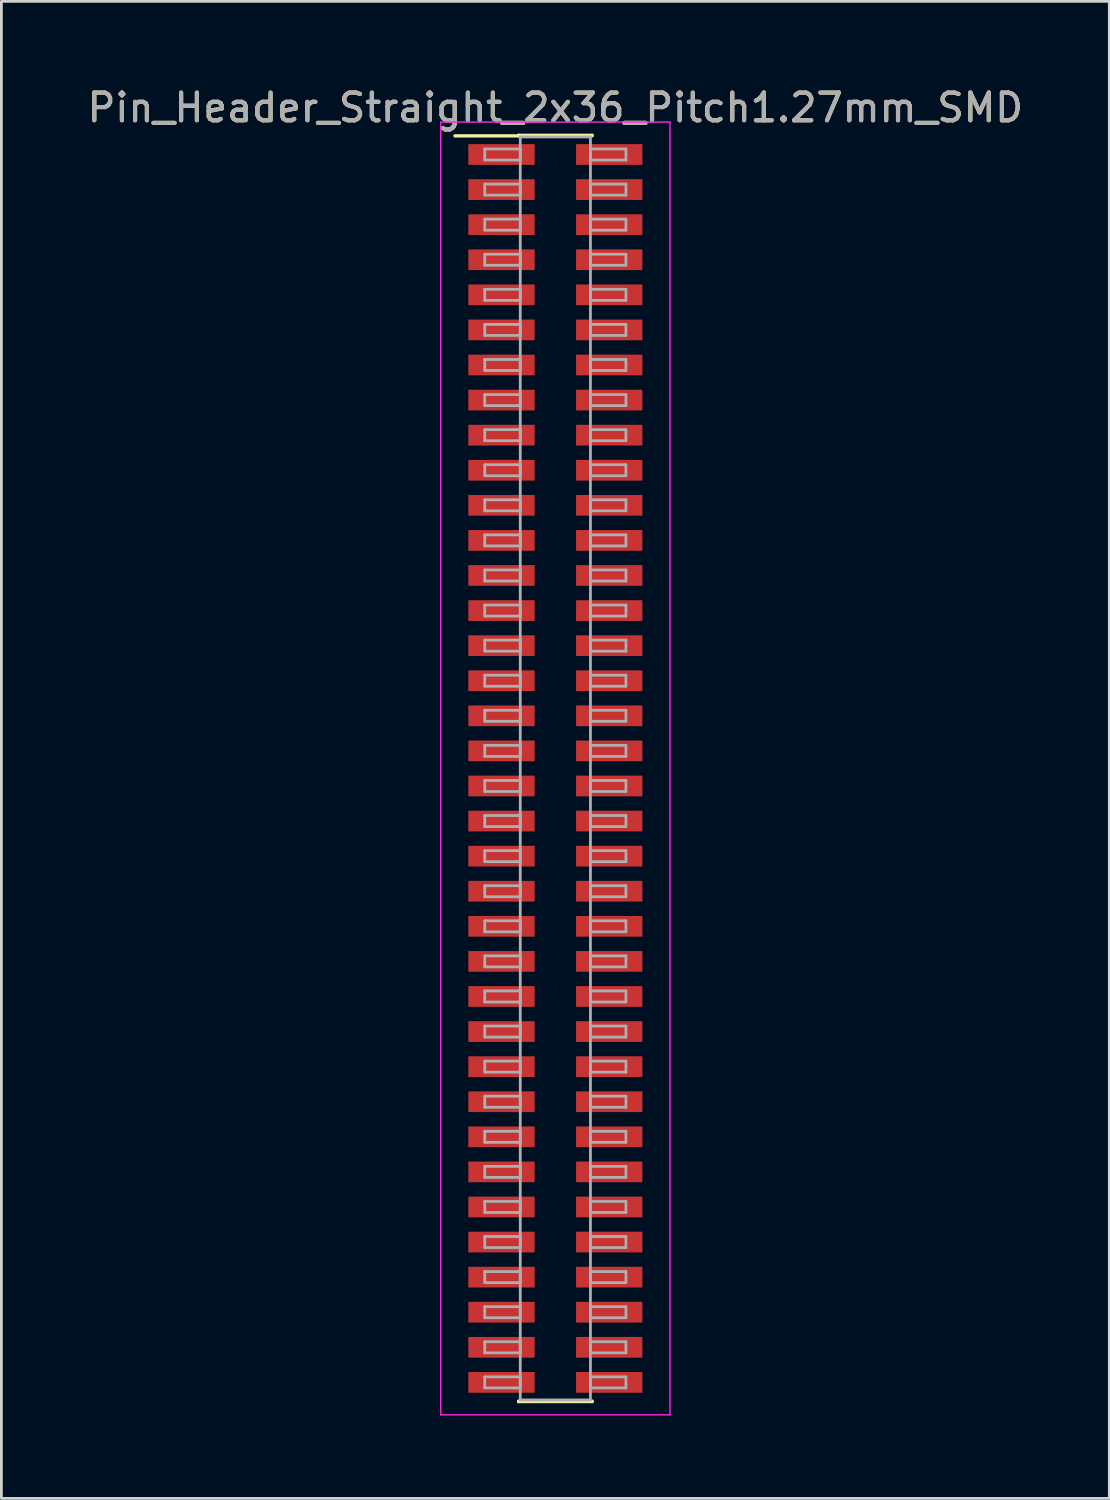
<source format=kicad_pcb>
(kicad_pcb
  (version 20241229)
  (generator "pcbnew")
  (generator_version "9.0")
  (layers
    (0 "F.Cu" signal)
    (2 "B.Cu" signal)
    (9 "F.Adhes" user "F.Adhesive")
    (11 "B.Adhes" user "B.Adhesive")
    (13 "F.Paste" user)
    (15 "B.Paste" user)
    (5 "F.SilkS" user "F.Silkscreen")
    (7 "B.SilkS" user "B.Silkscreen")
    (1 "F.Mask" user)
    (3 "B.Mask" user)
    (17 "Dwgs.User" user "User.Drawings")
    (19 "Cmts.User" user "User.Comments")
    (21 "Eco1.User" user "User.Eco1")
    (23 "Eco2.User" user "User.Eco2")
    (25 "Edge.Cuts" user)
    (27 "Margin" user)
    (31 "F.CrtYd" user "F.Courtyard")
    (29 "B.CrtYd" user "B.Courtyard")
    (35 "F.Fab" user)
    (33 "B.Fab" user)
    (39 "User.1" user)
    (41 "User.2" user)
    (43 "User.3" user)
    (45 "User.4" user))
  (footprint "Pin_Header_Straight_2x36_Pitch1.27mm_SMD"
    (layer "F.Cu")
    (at 17.054 24.768)
    (property "Reference" "Pin_Header_Straight_2x36_Pitch1.27mm_SMD" (at 0 -23.92 0) (layer "F.SilkS") (effects (font (size 1 1) (thickness 0.15))))
    (attr smd)
    (fp_line (start -3.635 -22.9) (end -1.33 -22.9) (stroke (width 0.12) (type solid)) (layer "F.SilkS"))
    (fp_line (start -1.33 -22.92) (end 1.33 -22.92) (stroke (width 0.12) (type solid)) (layer "F.SilkS"))
    (fp_line (start -1.33 -22.9) (end -1.33 -22.92) (stroke (width 0.12) (type solid)) (layer "F.SilkS"))
    (fp_line (start -1.33 22.9) (end -1.33 22.92) (stroke (width 0.12) (type solid)) (layer "F.SilkS"))
    (fp_line (start -1.33 22.92) (end 1.33 22.92) (stroke (width 0.12) (type solid)) (layer "F.SilkS"))
    (fp_line (start 1.33 -22.92) (end 1.33 -22.9) (stroke (width 0.12) (type solid)) (layer "F.SilkS"))
    (fp_line (start 1.33 22.92) (end 1.33 22.9) (stroke (width 0.12) (type solid)) (layer "F.SilkS"))
    (fp_line (start -4.15 -23.4) (end -4.15 23.4) (stroke (width 0.05) (type solid)) (layer "F.CrtYd"))
    (fp_line (start -4.15 23.4) (end 4.15 23.4) (stroke (width 0.05) (type solid)) (layer "F.CrtYd"))
    (fp_line (start 4.15 -23.4) (end -4.15 -23.4) (stroke (width 0.05) (type solid)) (layer "F.CrtYd"))
    (fp_line (start 4.15 23.4) (end 4.15 -23.4) (stroke (width 0.05) (type solid)) (layer "F.CrtYd"))
    (fp_line (start -2.555 -22.425) (end -1.27 -22.425) (stroke (width 0.1) (type solid)) (layer "F.Fab"))
    (fp_line (start -2.555 -22.025) (end -2.555 -22.425) (stroke (width 0.1) (type solid)) (layer "F.Fab"))
    (fp_line (start -2.555 -21.155) (end -1.27 -21.155) (stroke (width 0.1) (type solid)) (layer "F.Fab"))
    (fp_line (start -2.555 -20.755) (end -2.555 -21.155) (stroke (width 0.1) (type solid)) (layer "F.Fab"))
    (fp_line (start -2.555 -19.885) (end -1.27 -19.885) (stroke (width 0.1) (type solid)) (layer "F.Fab"))
    (fp_line (start -2.555 -19.485) (end -2.555 -19.885) (stroke (width 0.1) (type solid)) (layer "F.Fab"))
    (fp_line (start -2.555 -18.615) (end -1.27 -18.615) (stroke (width 0.1) (type solid)) (layer "F.Fab"))
    (fp_line (start -2.555 -18.215) (end -2.555 -18.615) (stroke (width 0.1) (type solid)) (layer "F.Fab"))
    (fp_line (start -2.555 -17.345) (end -1.27 -17.345) (stroke (width 0.1) (type solid)) (layer "F.Fab"))
    (fp_line (start -2.555 -16.945) (end -2.555 -17.345) (stroke (width 0.1) (type solid)) (layer "F.Fab"))
    (fp_line (start -2.555 -16.075) (end -1.27 -16.075) (stroke (width 0.1) (type solid)) (layer "F.Fab"))
    (fp_line (start -2.555 -15.675) (end -2.555 -16.075) (stroke (width 0.1) (type solid)) (layer "F.Fab"))
    (fp_line (start -2.555 -14.805) (end -1.27 -14.805) (stroke (width 0.1) (type solid)) (layer "F.Fab"))
    (fp_line (start -2.555 -14.405) (end -2.555 -14.805) (stroke (width 0.1) (type solid)) (layer "F.Fab"))
    (fp_line (start -2.555 -13.535) (end -1.27 -13.535) (stroke (width 0.1) (type solid)) (layer "F.Fab"))
    (fp_line (start -2.555 -13.135) (end -2.555 -13.535) (stroke (width 0.1) (type solid)) (layer "F.Fab"))
    (fp_line (start -2.555 -12.265) (end -1.27 -12.265) (stroke (width 0.1) (type solid)) (layer "F.Fab"))
    (fp_line (start -2.555 -11.865) (end -2.555 -12.265) (stroke (width 0.1) (type solid)) (layer "F.Fab"))
    (fp_line (start -2.555 -10.995) (end -1.27 -10.995) (stroke (width 0.1) (type solid)) (layer "F.Fab"))
    (fp_line (start -2.555 -10.595) (end -2.555 -10.995) (stroke (width 0.1) (type solid)) (layer "F.Fab"))
    (fp_line (start -2.555 -9.725) (end -1.27 -9.725) (stroke (width 0.1) (type solid)) (layer "F.Fab"))
    (fp_line (start -2.555 -9.325) (end -2.555 -9.725) (stroke (width 0.1) (type solid)) (layer "F.Fab"))
    (fp_line (start -2.555 -8.455) (end -1.27 -8.455) (stroke (width 0.1) (type solid)) (layer "F.Fab"))
    (fp_line (start -2.555 -8.055) (end -2.555 -8.455) (stroke (width 0.1) (type solid)) (layer "F.Fab"))
    (fp_line (start -2.555 -7.185) (end -1.27 -7.185) (stroke (width 0.1) (type solid)) (layer "F.Fab"))
    (fp_line (start -2.555 -6.785) (end -2.555 -7.185) (stroke (width 0.1) (type solid)) (layer "F.Fab"))
    (fp_line (start -2.555 -5.915) (end -1.27 -5.915) (stroke (width 0.1) (type solid)) (layer "F.Fab"))
    (fp_line (start -2.555 -5.515) (end -2.555 -5.915) (stroke (width 0.1) (type solid)) (layer "F.Fab"))
    (fp_line (start -2.555 -4.645) (end -1.27 -4.645) (stroke (width 0.1) (type solid)) (layer "F.Fab"))
    (fp_line (start -2.555 -4.245) (end -2.555 -4.645) (stroke (width 0.1) (type solid)) (layer "F.Fab"))
    (fp_line (start -2.555 -3.375) (end -1.27 -3.375) (stroke (width 0.1) (type solid)) (layer "F.Fab"))
    (fp_line (start -2.555 -2.975) (end -2.555 -3.375) (stroke (width 0.1) (type solid)) (layer "F.Fab"))
    (fp_line (start -2.555 -2.105) (end -1.27 -2.105) (stroke (width 0.1) (type solid)) (layer "F.Fab"))
    (fp_line (start -2.555 -1.705) (end -2.555 -2.105) (stroke (width 0.1) (type solid)) (layer "F.Fab"))
    (fp_line (start -2.555 -0.835) (end -1.27 -0.835) (stroke (width 0.1) (type solid)) (layer "F.Fab"))
    (fp_line (start -2.555 -0.435) (end -2.555 -0.835) (stroke (width 0.1) (type solid)) (layer "F.Fab"))
    (fp_line (start -2.555 0.435) (end -1.27 0.435) (stroke (width 0.1) (type solid)) (layer "F.Fab"))
    (fp_line (start -2.555 0.835) (end -2.555 0.435) (stroke (width 0.1) (type solid)) (layer "F.Fab"))
    (fp_line (start -2.555 1.705) (end -1.27 1.705) (stroke (width 0.1) (type solid)) (layer "F.Fab"))
    (fp_line (start -2.555 2.105) (end -2.555 1.705) (stroke (width 0.1) (type solid)) (layer "F.Fab"))
    (fp_line (start -2.555 2.975) (end -1.27 2.975) (stroke (width 0.1) (type solid)) (layer "F.Fab"))
    (fp_line (start -2.555 3.375) (end -2.555 2.975) (stroke (width 0.1) (type solid)) (layer "F.Fab"))
    (fp_line (start -2.555 4.245) (end -1.27 4.245) (stroke (width 0.1) (type solid)) (layer "F.Fab"))
    (fp_line (start -2.555 4.645) (end -2.555 4.245) (stroke (width 0.1) (type solid)) (layer "F.Fab"))
    (fp_line (start -2.555 5.515) (end -1.27 5.515) (stroke (width 0.1) (type solid)) (layer "F.Fab"))
    (fp_line (start -2.555 5.915) (end -2.555 5.515) (stroke (width 0.1) (type solid)) (layer "F.Fab"))
    (fp_line (start -2.555 6.785) (end -1.27 6.785) (stroke (width 0.1) (type solid)) (layer "F.Fab"))
    (fp_line (start -2.555 7.185) (end -2.555 6.785) (stroke (width 0.1) (type solid)) (layer "F.Fab"))
    (fp_line (start -2.555 8.055) (end -1.27 8.055) (stroke (width 0.1) (type solid)) (layer "F.Fab"))
    (fp_line (start -2.555 8.455) (end -2.555 8.055) (stroke (width 0.1) (type solid)) (layer "F.Fab"))
    (fp_line (start -2.555 9.325) (end -1.27 9.325) (stroke (width 0.1) (type solid)) (layer "F.Fab"))
    (fp_line (start -2.555 9.725) (end -2.555 9.325) (stroke (width 0.1) (type solid)) (layer "F.Fab"))
    (fp_line (start -2.555 10.595) (end -1.27 10.595) (stroke (width 0.1) (type solid)) (layer "F.Fab"))
    (fp_line (start -2.555 10.995) (end -2.555 10.595) (stroke (width 0.1) (type solid)) (layer "F.Fab"))
    (fp_line (start -2.555 11.865) (end -1.27 11.865) (stroke (width 0.1) (type solid)) (layer "F.Fab"))
    (fp_line (start -2.555 12.265) (end -2.555 11.865) (stroke (width 0.1) (type solid)) (layer "F.Fab"))
    (fp_line (start -2.555 13.135) (end -1.27 13.135) (stroke (width 0.1) (type solid)) (layer "F.Fab"))
    (fp_line (start -2.555 13.535) (end -2.555 13.135) (stroke (width 0.1) (type solid)) (layer "F.Fab"))
    (fp_line (start -2.555 14.405) (end -1.27 14.405) (stroke (width 0.1) (type solid)) (layer "F.Fab"))
    (fp_line (start -2.555 14.805) (end -2.555 14.405) (stroke (width 0.1) (type solid)) (layer "F.Fab"))
    (fp_line (start -2.555 15.675) (end -1.27 15.675) (stroke (width 0.1) (type solid)) (layer "F.Fab"))
    (fp_line (start -2.555 16.075) (end -2.555 15.675) (stroke (width 0.1) (type solid)) (layer "F.Fab"))
    (fp_line (start -2.555 16.945) (end -1.27 16.945) (stroke (width 0.1) (type solid)) (layer "F.Fab"))
    (fp_line (start -2.555 17.345) (end -2.555 16.945) (stroke (width 0.1) (type solid)) (layer "F.Fab"))
    (fp_line (start -2.555 18.215) (end -1.27 18.215) (stroke (width 0.1) (type solid)) (layer "F.Fab"))
    (fp_line (start -2.555 18.615) (end -2.555 18.215) (stroke (width 0.1) (type solid)) (layer "F.Fab"))
    (fp_line (start -2.555 19.485) (end -1.27 19.485) (stroke (width 0.1) (type solid)) (layer "F.Fab"))
    (fp_line (start -2.555 19.885) (end -2.555 19.485) (stroke (width 0.1) (type solid)) (layer "F.Fab"))
    (fp_line (start -2.555 20.755) (end -1.27 20.755) (stroke (width 0.1) (type solid)) (layer "F.Fab"))
    (fp_line (start -2.555 21.155) (end -2.555 20.755) (stroke (width 0.1) (type solid)) (layer "F.Fab"))
    (fp_line (start -2.555 22.025) (end -1.27 22.025) (stroke (width 0.1) (type solid)) (layer "F.Fab"))
    (fp_line (start -2.555 22.425) (end -2.555 22.025) (stroke (width 0.1) (type solid)) (layer "F.Fab"))
    (fp_line (start -1.27 -22.86) (end -1.27 22.86) (stroke (width 0.1) (type solid)) (layer "F.Fab"))
    (fp_line (start -1.27 -22.425) (end -1.27 -22.025) (stroke (width 0.1) (type solid)) (layer "F.Fab"))
    (fp_line (start -1.27 -22.025) (end -2.555 -22.025) (stroke (width 0.1) (type solid)) (layer "F.Fab"))
    (fp_line (start -1.27 -21.155) (end -1.27 -20.755) (stroke (width 0.1) (type solid)) (layer "F.Fab"))
    (fp_line (start -1.27 -20.755) (end -2.555 -20.755) (stroke (width 0.1) (type solid)) (layer "F.Fab"))
    (fp_line (start -1.27 -19.885) (end -1.27 -19.485) (stroke (width 0.1) (type solid)) (layer "F.Fab"))
    (fp_line (start -1.27 -19.485) (end -2.555 -19.485) (stroke (width 0.1) (type solid)) (layer "F.Fab"))
    (fp_line (start -1.27 -18.615) (end -1.27 -18.215) (stroke (width 0.1) (type solid)) (layer "F.Fab"))
    (fp_line (start -1.27 -18.215) (end -2.555 -18.215) (stroke (width 0.1) (type solid)) (layer "F.Fab"))
    (fp_line (start -1.27 -17.345) (end -1.27 -16.945) (stroke (width 0.1) (type solid)) (layer "F.Fab"))
    (fp_line (start -1.27 -16.945) (end -2.555 -16.945) (stroke (width 0.1) (type solid)) (layer "F.Fab"))
    (fp_line (start -1.27 -16.075) (end -1.27 -15.675) (stroke (width 0.1) (type solid)) (layer "F.Fab"))
    (fp_line (start -1.27 -15.675) (end -2.555 -15.675) (stroke (width 0.1) (type solid)) (layer "F.Fab"))
    (fp_line (start -1.27 -14.805) (end -1.27 -14.405) (stroke (width 0.1) (type solid)) (layer "F.Fab"))
    (fp_line (start -1.27 -14.405) (end -2.555 -14.405) (stroke (width 0.1) (type solid)) (layer "F.Fab"))
    (fp_line (start -1.27 -13.535) (end -1.27 -13.135) (stroke (width 0.1) (type solid)) (layer "F.Fab"))
    (fp_line (start -1.27 -13.135) (end -2.555 -13.135) (stroke (width 0.1) (type solid)) (layer "F.Fab"))
    (fp_line (start -1.27 -12.265) (end -1.27 -11.865) (stroke (width 0.1) (type solid)) (layer "F.Fab"))
    (fp_line (start -1.27 -11.865) (end -2.555 -11.865) (stroke (width 0.1) (type solid)) (layer "F.Fab"))
    (fp_line (start -1.27 -10.995) (end -1.27 -10.595) (stroke (width 0.1) (type solid)) (layer "F.Fab"))
    (fp_line (start -1.27 -10.595) (end -2.555 -10.595) (stroke (width 0.1) (type solid)) (layer "F.Fab"))
    (fp_line (start -1.27 -9.725) (end -1.27 -9.325) (stroke (width 0.1) (type solid)) (layer "F.Fab"))
    (fp_line (start -1.27 -9.325) (end -2.555 -9.325) (stroke (width 0.1) (type solid)) (layer "F.Fab"))
    (fp_line (start -1.27 -8.455) (end -1.27 -8.055) (stroke (width 0.1) (type solid)) (layer "F.Fab"))
    (fp_line (start -1.27 -8.055) (end -2.555 -8.055) (stroke (width 0.1) (type solid)) (layer "F.Fab"))
    (fp_line (start -1.27 -7.185) (end -1.27 -6.785) (stroke (width 0.1) (type solid)) (layer "F.Fab"))
    (fp_line (start -1.27 -6.785) (end -2.555 -6.785) (stroke (width 0.1) (type solid)) (layer "F.Fab"))
    (fp_line (start -1.27 -5.915) (end -1.27 -5.515) (stroke (width 0.1) (type solid)) (layer "F.Fab"))
    (fp_line (start -1.27 -5.515) (end -2.555 -5.515) (stroke (width 0.1) (type solid)) (layer "F.Fab"))
    (fp_line (start -1.27 -4.645) (end -1.27 -4.245) (stroke (width 0.1) (type solid)) (layer "F.Fab"))
    (fp_line (start -1.27 -4.245) (end -2.555 -4.245) (stroke (width 0.1) (type solid)) (layer "F.Fab"))
    (fp_line (start -1.27 -3.375) (end -1.27 -2.975) (stroke (width 0.1) (type solid)) (layer "F.Fab"))
    (fp_line (start -1.27 -2.975) (end -2.555 -2.975) (stroke (width 0.1) (type solid)) (layer "F.Fab"))
    (fp_line (start -1.27 -2.105) (end -1.27 -1.705) (stroke (width 0.1) (type solid)) (layer "F.Fab"))
    (fp_line (start -1.27 -1.705) (end -2.555 -1.705) (stroke (width 0.1) (type solid)) (layer "F.Fab"))
    (fp_line (start -1.27 -0.835) (end -1.27 -0.435) (stroke (width 0.1) (type solid)) (layer "F.Fab"))
    (fp_line (start -1.27 -0.435) (end -2.555 -0.435) (stroke (width 0.1) (type solid)) (layer "F.Fab"))
    (fp_line (start -1.27 0.435) (end -1.27 0.835) (stroke (width 0.1) (type solid)) (layer "F.Fab"))
    (fp_line (start -1.27 0.835) (end -2.555 0.835) (stroke (width 0.1) (type solid)) (layer "F.Fab"))
    (fp_line (start -1.27 1.705) (end -1.27 2.105) (stroke (width 0.1) (type solid)) (layer "F.Fab"))
    (fp_line (start -1.27 2.105) (end -2.555 2.105) (stroke (width 0.1) (type solid)) (layer "F.Fab"))
    (fp_line (start -1.27 2.975) (end -1.27 3.375) (stroke (width 0.1) (type solid)) (layer "F.Fab"))
    (fp_line (start -1.27 3.375) (end -2.555 3.375) (stroke (width 0.1) (type solid)) (layer "F.Fab"))
    (fp_line (start -1.27 4.245) (end -1.27 4.645) (stroke (width 0.1) (type solid)) (layer "F.Fab"))
    (fp_line (start -1.27 4.645) (end -2.555 4.645) (stroke (width 0.1) (type solid)) (layer "F.Fab"))
    (fp_line (start -1.27 5.515) (end -1.27 5.915) (stroke (width 0.1) (type solid)) (layer "F.Fab"))
    (fp_line (start -1.27 5.915) (end -2.555 5.915) (stroke (width 0.1) (type solid)) (layer "F.Fab"))
    (fp_line (start -1.27 6.785) (end -1.27 7.185) (stroke (width 0.1) (type solid)) (layer "F.Fab"))
    (fp_line (start -1.27 7.185) (end -2.555 7.185) (stroke (width 0.1) (type solid)) (layer "F.Fab"))
    (fp_line (start -1.27 8.055) (end -1.27 8.455) (stroke (width 0.1) (type solid)) (layer "F.Fab"))
    (fp_line (start -1.27 8.455) (end -2.555 8.455) (stroke (width 0.1) (type solid)) (layer "F.Fab"))
    (fp_line (start -1.27 9.325) (end -1.27 9.725) (stroke (width 0.1) (type solid)) (layer "F.Fab"))
    (fp_line (start -1.27 9.725) (end -2.555 9.725) (stroke (width 0.1) (type solid)) (layer "F.Fab"))
    (fp_line (start -1.27 10.595) (end -1.27 10.995) (stroke (width 0.1) (type solid)) (layer "F.Fab"))
    (fp_line (start -1.27 10.995) (end -2.555 10.995) (stroke (width 0.1) (type solid)) (layer "F.Fab"))
    (fp_line (start -1.27 11.865) (end -1.27 12.265) (stroke (width 0.1) (type solid)) (layer "F.Fab"))
    (fp_line (start -1.27 12.265) (end -2.555 12.265) (stroke (width 0.1) (type solid)) (layer "F.Fab"))
    (fp_line (start -1.27 13.135) (end -1.27 13.535) (stroke (width 0.1) (type solid)) (layer "F.Fab"))
    (fp_line (start -1.27 13.535) (end -2.555 13.535) (stroke (width 0.1) (type solid)) (layer "F.Fab"))
    (fp_line (start -1.27 14.405) (end -1.27 14.805) (stroke (width 0.1) (type solid)) (layer "F.Fab"))
    (fp_line (start -1.27 14.805) (end -2.555 14.805) (stroke (width 0.1) (type solid)) (layer "F.Fab"))
    (fp_line (start -1.27 15.675) (end -1.27 16.075) (stroke (width 0.1) (type solid)) (layer "F.Fab"))
    (fp_line (start -1.27 16.075) (end -2.555 16.075) (stroke (width 0.1) (type solid)) (layer "F.Fab"))
    (fp_line (start -1.27 16.945) (end -1.27 17.345) (stroke (width 0.1) (type solid)) (layer "F.Fab"))
    (fp_line (start -1.27 17.345) (end -2.555 17.345) (stroke (width 0.1) (type solid)) (layer "F.Fab"))
    (fp_line (start -1.27 18.215) (end -1.27 18.615) (stroke (width 0.1) (type solid)) (layer "F.Fab"))
    (fp_line (start -1.27 18.615) (end -2.555 18.615) (stroke (width 0.1) (type solid)) (layer "F.Fab"))
    (fp_line (start -1.27 19.485) (end -1.27 19.885) (stroke (width 0.1) (type solid)) (layer "F.Fab"))
    (fp_line (start -1.27 19.885) (end -2.555 19.885) (stroke (width 0.1) (type solid)) (layer "F.Fab"))
    (fp_line (start -1.27 20.755) (end -1.27 21.155) (stroke (width 0.1) (type solid)) (layer "F.Fab"))
    (fp_line (start -1.27 21.155) (end -2.555 21.155) (stroke (width 0.1) (type solid)) (layer "F.Fab"))
    (fp_line (start -1.27 22.025) (end -1.27 22.425) (stroke (width 0.1) (type solid)) (layer "F.Fab"))
    (fp_line (start -1.27 22.425) (end -2.555 22.425) (stroke (width 0.1) (type solid)) (layer "F.Fab"))
    (fp_line (start -1.27 22.86) (end 1.27 22.86) (stroke (width 0.1) (type solid)) (layer "F.Fab"))
    (fp_line (start 1.27 -22.86) (end -1.27 -22.86) (stroke (width 0.1) (type solid)) (layer "F.Fab"))
    (fp_line (start 1.27 -22.425) (end 1.27 -22.025) (stroke (width 0.1) (type solid)) (layer "F.Fab"))
    (fp_line (start 1.27 -22.025) (end 2.555 -22.025) (stroke (width 0.1) (type solid)) (layer "F.Fab"))
    (fp_line (start 1.27 -21.155) (end 1.27 -20.755) (stroke (width 0.1) (type solid)) (layer "F.Fab"))
    (fp_line (start 1.27 -20.755) (end 2.555 -20.755) (stroke (width 0.1) (type solid)) (layer "F.Fab"))
    (fp_line (start 1.27 -19.885) (end 1.27 -19.485) (stroke (width 0.1) (type solid)) (layer "F.Fab"))
    (fp_line (start 1.27 -19.485) (end 2.555 -19.485) (stroke (width 0.1) (type solid)) (layer "F.Fab"))
    (fp_line (start 1.27 -18.615) (end 1.27 -18.215) (stroke (width 0.1) (type solid)) (layer "F.Fab"))
    (fp_line (start 1.27 -18.215) (end 2.555 -18.215) (stroke (width 0.1) (type solid)) (layer "F.Fab"))
    (fp_line (start 1.27 -17.345) (end 1.27 -16.945) (stroke (width 0.1) (type solid)) (layer "F.Fab"))
    (fp_line (start 1.27 -16.945) (end 2.555 -16.945) (stroke (width 0.1) (type solid)) (layer "F.Fab"))
    (fp_line (start 1.27 -16.075) (end 1.27 -15.675) (stroke (width 0.1) (type solid)) (layer "F.Fab"))
    (fp_line (start 1.27 -15.675) (end 2.555 -15.675) (stroke (width 0.1) (type solid)) (layer "F.Fab"))
    (fp_line (start 1.27 -14.805) (end 1.27 -14.405) (stroke (width 0.1) (type solid)) (layer "F.Fab"))
    (fp_line (start 1.27 -14.405) (end 2.555 -14.405) (stroke (width 0.1) (type solid)) (layer "F.Fab"))
    (fp_line (start 1.27 -13.535) (end 1.27 -13.135) (stroke (width 0.1) (type solid)) (layer "F.Fab"))
    (fp_line (start 1.27 -13.135) (end 2.555 -13.135) (stroke (width 0.1) (type solid)) (layer "F.Fab"))
    (fp_line (start 1.27 -12.265) (end 1.27 -11.865) (stroke (width 0.1) (type solid)) (layer "F.Fab"))
    (fp_line (start 1.27 -11.865) (end 2.555 -11.865) (stroke (width 0.1) (type solid)) (layer "F.Fab"))
    (fp_line (start 1.27 -10.995) (end 1.27 -10.595) (stroke (width 0.1) (type solid)) (layer "F.Fab"))
    (fp_line (start 1.27 -10.595) (end 2.555 -10.595) (stroke (width 0.1) (type solid)) (layer "F.Fab"))
    (fp_line (start 1.27 -9.725) (end 1.27 -9.325) (stroke (width 0.1) (type solid)) (layer "F.Fab"))
    (fp_line (start 1.27 -9.325) (end 2.555 -9.325) (stroke (width 0.1) (type solid)) (layer "F.Fab"))
    (fp_line (start 1.27 -8.455) (end 1.27 -8.055) (stroke (width 0.1) (type solid)) (layer "F.Fab"))
    (fp_line (start 1.27 -8.055) (end 2.555 -8.055) (stroke (width 0.1) (type solid)) (layer "F.Fab"))
    (fp_line (start 1.27 -7.185) (end 1.27 -6.785) (stroke (width 0.1) (type solid)) (layer "F.Fab"))
    (fp_line (start 1.27 -6.785) (end 2.555 -6.785) (stroke (width 0.1) (type solid)) (layer "F.Fab"))
    (fp_line (start 1.27 -5.915) (end 1.27 -5.515) (stroke (width 0.1) (type solid)) (layer "F.Fab"))
    (fp_line (start 1.27 -5.515) (end 2.555 -5.515) (stroke (width 0.1) (type solid)) (layer "F.Fab"))
    (fp_line (start 1.27 -4.645) (end 1.27 -4.245) (stroke (width 0.1) (type solid)) (layer "F.Fab"))
    (fp_line (start 1.27 -4.245) (end 2.555 -4.245) (stroke (width 0.1) (type solid)) (layer "F.Fab"))
    (fp_line (start 1.27 -3.375) (end 1.27 -2.975) (stroke (width 0.1) (type solid)) (layer "F.Fab"))
    (fp_line (start 1.27 -2.975) (end 2.555 -2.975) (stroke (width 0.1) (type solid)) (layer "F.Fab"))
    (fp_line (start 1.27 -2.105) (end 1.27 -1.705) (stroke (width 0.1) (type solid)) (layer "F.Fab"))
    (fp_line (start 1.27 -1.705) (end 2.555 -1.705) (stroke (width 0.1) (type solid)) (layer "F.Fab"))
    (fp_line (start 1.27 -0.835) (end 1.27 -0.435) (stroke (width 0.1) (type solid)) (layer "F.Fab"))
    (fp_line (start 1.27 -0.435) (end 2.555 -0.435) (stroke (width 0.1) (type solid)) (layer "F.Fab"))
    (fp_line (start 1.27 0.435) (end 1.27 0.835) (stroke (width 0.1) (type solid)) (layer "F.Fab"))
    (fp_line (start 1.27 0.835) (end 2.555 0.835) (stroke (width 0.1) (type solid)) (layer "F.Fab"))
    (fp_line (start 1.27 1.705) (end 1.27 2.105) (stroke (width 0.1) (type solid)) (layer "F.Fab"))
    (fp_line (start 1.27 2.105) (end 2.555 2.105) (stroke (width 0.1) (type solid)) (layer "F.Fab"))
    (fp_line (start 1.27 2.975) (end 1.27 3.375) (stroke (width 0.1) (type solid)) (layer "F.Fab"))
    (fp_line (start 1.27 3.375) (end 2.555 3.375) (stroke (width 0.1) (type solid)) (layer "F.Fab"))
    (fp_line (start 1.27 4.245) (end 1.27 4.645) (stroke (width 0.1) (type solid)) (layer "F.Fab"))
    (fp_line (start 1.27 4.645) (end 2.555 4.645) (stroke (width 0.1) (type solid)) (layer "F.Fab"))
    (fp_line (start 1.27 5.515) (end 1.27 5.915) (stroke (width 0.1) (type solid)) (layer "F.Fab"))
    (fp_line (start 1.27 5.915) (end 2.555 5.915) (stroke (width 0.1) (type solid)) (layer "F.Fab"))
    (fp_line (start 1.27 6.785) (end 1.27 7.185) (stroke (width 0.1) (type solid)) (layer "F.Fab"))
    (fp_line (start 1.27 7.185) (end 2.555 7.185) (stroke (width 0.1) (type solid)) (layer "F.Fab"))
    (fp_line (start 1.27 8.055) (end 1.27 8.455) (stroke (width 0.1) (type solid)) (layer "F.Fab"))
    (fp_line (start 1.27 8.455) (end 2.555 8.455) (stroke (width 0.1) (type solid)) (layer "F.Fab"))
    (fp_line (start 1.27 9.325) (end 1.27 9.725) (stroke (width 0.1) (type solid)) (layer "F.Fab"))
    (fp_line (start 1.27 9.725) (end 2.555 9.725) (stroke (width 0.1) (type solid)) (layer "F.Fab"))
    (fp_line (start 1.27 10.595) (end 1.27 10.995) (stroke (width 0.1) (type solid)) (layer "F.Fab"))
    (fp_line (start 1.27 10.995) (end 2.555 10.995) (stroke (width 0.1) (type solid)) (layer "F.Fab"))
    (fp_line (start 1.27 11.865) (end 1.27 12.265) (stroke (width 0.1) (type solid)) (layer "F.Fab"))
    (fp_line (start 1.27 12.265) (end 2.555 12.265) (stroke (width 0.1) (type solid)) (layer "F.Fab"))
    (fp_line (start 1.27 13.135) (end 1.27 13.535) (stroke (width 0.1) (type solid)) (layer "F.Fab"))
    (fp_line (start 1.27 13.535) (end 2.555 13.535) (stroke (width 0.1) (type solid)) (layer "F.Fab"))
    (fp_line (start 1.27 14.405) (end 1.27 14.805) (stroke (width 0.1) (type solid)) (layer "F.Fab"))
    (fp_line (start 1.27 14.805) (end 2.555 14.805) (stroke (width 0.1) (type solid)) (layer "F.Fab"))
    (fp_line (start 1.27 15.675) (end 1.27 16.075) (stroke (width 0.1) (type solid)) (layer "F.Fab"))
    (fp_line (start 1.27 16.075) (end 2.555 16.075) (stroke (width 0.1) (type solid)) (layer "F.Fab"))
    (fp_line (start 1.27 16.945) (end 1.27 17.345) (stroke (width 0.1) (type solid)) (layer "F.Fab"))
    (fp_line (start 1.27 17.345) (end 2.555 17.345) (stroke (width 0.1) (type solid)) (layer "F.Fab"))
    (fp_line (start 1.27 18.215) (end 1.27 18.615) (stroke (width 0.1) (type solid)) (layer "F.Fab"))
    (fp_line (start 1.27 18.615) (end 2.555 18.615) (stroke (width 0.1) (type solid)) (layer "F.Fab"))
    (fp_line (start 1.27 19.485) (end 1.27 19.885) (stroke (width 0.1) (type solid)) (layer "F.Fab"))
    (fp_line (start 1.27 19.885) (end 2.555 19.885) (stroke (width 0.1) (type solid)) (layer "F.Fab"))
    (fp_line (start 1.27 20.755) (end 1.27 21.155) (stroke (width 0.1) (type solid)) (layer "F.Fab"))
    (fp_line (start 1.27 21.155) (end 2.555 21.155) (stroke (width 0.1) (type solid)) (layer "F.Fab"))
    (fp_line (start 1.27 22.025) (end 1.27 22.425) (stroke (width 0.1) (type solid)) (layer "F.Fab"))
    (fp_line (start 1.27 22.425) (end 2.555 22.425) (stroke (width 0.1) (type solid)) (layer "F.Fab"))
    (fp_line (start 1.27 22.86) (end 1.27 -22.86) (stroke (width 0.1) (type solid)) (layer "F.Fab"))
    (fp_line (start 2.555 -22.425) (end 1.27 -22.425) (stroke (width 0.1) (type solid)) (layer "F.Fab"))
    (fp_line (start 2.555 -22.025) (end 2.555 -22.425) (stroke (width 0.1) (type solid)) (layer "F.Fab"))
    (fp_line (start 2.555 -21.155) (end 1.27 -21.155) (stroke (width 0.1) (type solid)) (layer "F.Fab"))
    (fp_line (start 2.555 -20.755) (end 2.555 -21.155) (stroke (width 0.1) (type solid)) (layer "F.Fab"))
    (fp_line (start 2.555 -19.885) (end 1.27 -19.885) (stroke (width 0.1) (type solid)) (layer "F.Fab"))
    (fp_line (start 2.555 -19.485) (end 2.555 -19.885) (stroke (width 0.1) (type solid)) (layer "F.Fab"))
    (fp_line (start 2.555 -18.615) (end 1.27 -18.615) (stroke (width 0.1) (type solid)) (layer "F.Fab"))
    (fp_line (start 2.555 -18.215) (end 2.555 -18.615) (stroke (width 0.1) (type solid)) (layer "F.Fab"))
    (fp_line (start 2.555 -17.345) (end 1.27 -17.345) (stroke (width 0.1) (type solid)) (layer "F.Fab"))
    (fp_line (start 2.555 -16.945) (end 2.555 -17.345) (stroke (width 0.1) (type solid)) (layer "F.Fab"))
    (fp_line (start 2.555 -16.075) (end 1.27 -16.075) (stroke (width 0.1) (type solid)) (layer "F.Fab"))
    (fp_line (start 2.555 -15.675) (end 2.555 -16.075) (stroke (width 0.1) (type solid)) (layer "F.Fab"))
    (fp_line (start 2.555 -14.805) (end 1.27 -14.805) (stroke (width 0.1) (type solid)) (layer "F.Fab"))
    (fp_line (start 2.555 -14.405) (end 2.555 -14.805) (stroke (width 0.1) (type solid)) (layer "F.Fab"))
    (fp_line (start 2.555 -13.535) (end 1.27 -13.535) (stroke (width 0.1) (type solid)) (layer "F.Fab"))
    (fp_line (start 2.555 -13.135) (end 2.555 -13.535) (stroke (width 0.1) (type solid)) (layer "F.Fab"))
    (fp_line (start 2.555 -12.265) (end 1.27 -12.265) (stroke (width 0.1) (type solid)) (layer "F.Fab"))
    (fp_line (start 2.555 -11.865) (end 2.555 -12.265) (stroke (width 0.1) (type solid)) (layer "F.Fab"))
    (fp_line (start 2.555 -10.995) (end 1.27 -10.995) (stroke (width 0.1) (type solid)) (layer "F.Fab"))
    (fp_line (start 2.555 -10.595) (end 2.555 -10.995) (stroke (width 0.1) (type solid)) (layer "F.Fab"))
    (fp_line (start 2.555 -9.725) (end 1.27 -9.725) (stroke (width 0.1) (type solid)) (layer "F.Fab"))
    (fp_line (start 2.555 -9.325) (end 2.555 -9.725) (stroke (width 0.1) (type solid)) (layer "F.Fab"))
    (fp_line (start 2.555 -8.455) (end 1.27 -8.455) (stroke (width 0.1) (type solid)) (layer "F.Fab"))
    (fp_line (start 2.555 -8.055) (end 2.555 -8.455) (stroke (width 0.1) (type solid)) (layer "F.Fab"))
    (fp_line (start 2.555 -7.185) (end 1.27 -7.185) (stroke (width 0.1) (type solid)) (layer "F.Fab"))
    (fp_line (start 2.555 -6.785) (end 2.555 -7.185) (stroke (width 0.1) (type solid)) (layer "F.Fab"))
    (fp_line (start 2.555 -5.915) (end 1.27 -5.915) (stroke (width 0.1) (type solid)) (layer "F.Fab"))
    (fp_line (start 2.555 -5.515) (end 2.555 -5.915) (stroke (width 0.1) (type solid)) (layer "F.Fab"))
    (fp_line (start 2.555 -4.645) (end 1.27 -4.645) (stroke (width 0.1) (type solid)) (layer "F.Fab"))
    (fp_line (start 2.555 -4.245) (end 2.555 -4.645) (stroke (width 0.1) (type solid)) (layer "F.Fab"))
    (fp_line (start 2.555 -3.375) (end 1.27 -3.375) (stroke (width 0.1) (type solid)) (layer "F.Fab"))
    (fp_line (start 2.555 -2.975) (end 2.555 -3.375) (stroke (width 0.1) (type solid)) (layer "F.Fab"))
    (fp_line (start 2.555 -2.105) (end 1.27 -2.105) (stroke (width 0.1) (type solid)) (layer "F.Fab"))
    (fp_line (start 2.555 -1.705) (end 2.555 -2.105) (stroke (width 0.1) (type solid)) (layer "F.Fab"))
    (fp_line (start 2.555 -0.835) (end 1.27 -0.835) (stroke (width 0.1) (type solid)) (layer "F.Fab"))
    (fp_line (start 2.555 -0.435) (end 2.555 -0.835) (stroke (width 0.1) (type solid)) (layer "F.Fab"))
    (fp_line (start 2.555 0.435) (end 1.27 0.435) (stroke (width 0.1) (type solid)) (layer "F.Fab"))
    (fp_line (start 2.555 0.835) (end 2.555 0.435) (stroke (width 0.1) (type solid)) (layer "F.Fab"))
    (fp_line (start 2.555 1.705) (end 1.27 1.705) (stroke (width 0.1) (type solid)) (layer "F.Fab"))
    (fp_line (start 2.555 2.105) (end 2.555 1.705) (stroke (width 0.1) (type solid)) (layer "F.Fab"))
    (fp_line (start 2.555 2.975) (end 1.27 2.975) (stroke (width 0.1) (type solid)) (layer "F.Fab"))
    (fp_line (start 2.555 3.375) (end 2.555 2.975) (stroke (width 0.1) (type solid)) (layer "F.Fab"))
    (fp_line (start 2.555 4.245) (end 1.27 4.245) (stroke (width 0.1) (type solid)) (layer "F.Fab"))
    (fp_line (start 2.555 4.645) (end 2.555 4.245) (stroke (width 0.1) (type solid)) (layer "F.Fab"))
    (fp_line (start 2.555 5.515) (end 1.27 5.515) (stroke (width 0.1) (type solid)) (layer "F.Fab"))
    (fp_line (start 2.555 5.915) (end 2.555 5.515) (stroke (width 0.1) (type solid)) (layer "F.Fab"))
    (fp_line (start 2.555 6.785) (end 1.27 6.785) (stroke (width 0.1) (type solid)) (layer "F.Fab"))
    (fp_line (start 2.555 7.185) (end 2.555 6.785) (stroke (width 0.1) (type solid)) (layer "F.Fab"))
    (fp_line (start 2.555 8.055) (end 1.27 8.055) (stroke (width 0.1) (type solid)) (layer "F.Fab"))
    (fp_line (start 2.555 8.455) (end 2.555 8.055) (stroke (width 0.1) (type solid)) (layer "F.Fab"))
    (fp_line (start 2.555 9.325) (end 1.27 9.325) (stroke (width 0.1) (type solid)) (layer "F.Fab"))
    (fp_line (start 2.555 9.725) (end 2.555 9.325) (stroke (width 0.1) (type solid)) (layer "F.Fab"))
    (fp_line (start 2.555 10.595) (end 1.27 10.595) (stroke (width 0.1) (type solid)) (layer "F.Fab"))
    (fp_line (start 2.555 10.995) (end 2.555 10.595) (stroke (width 0.1) (type solid)) (layer "F.Fab"))
    (fp_line (start 2.555 11.865) (end 1.27 11.865) (stroke (width 0.1) (type solid)) (layer "F.Fab"))
    (fp_line (start 2.555 12.265) (end 2.555 11.865) (stroke (width 0.1) (type solid)) (layer "F.Fab"))
    (fp_line (start 2.555 13.135) (end 1.27 13.135) (stroke (width 0.1) (type solid)) (layer "F.Fab"))
    (fp_line (start 2.555 13.535) (end 2.555 13.135) (stroke (width 0.1) (type solid)) (layer "F.Fab"))
    (fp_line (start 2.555 14.405) (end 1.27 14.405) (stroke (width 0.1) (type solid)) (layer "F.Fab"))
    (fp_line (start 2.555 14.805) (end 2.555 14.405) (stroke (width 0.1) (type solid)) (layer "F.Fab"))
    (fp_line (start 2.555 15.675) (end 1.27 15.675) (stroke (width 0.1) (type solid)) (layer "F.Fab"))
    (fp_line (start 2.555 16.075) (end 2.555 15.675) (stroke (width 0.1) (type solid)) (layer "F.Fab"))
    (fp_line (start 2.555 16.945) (end 1.27 16.945) (stroke (width 0.1) (type solid)) (layer "F.Fab"))
    (fp_line (start 2.555 17.345) (end 2.555 16.945) (stroke (width 0.1) (type solid)) (layer "F.Fab"))
    (fp_line (start 2.555 18.215) (end 1.27 18.215) (stroke (width 0.1) (type solid)) (layer "F.Fab"))
    (fp_line (start 2.555 18.615) (end 2.555 18.215) (stroke (width 0.1) (type solid)) (layer "F.Fab"))
    (fp_line (start 2.555 19.485) (end 1.27 19.485) (stroke (width 0.1) (type solid)) (layer "F.Fab"))
    (fp_line (start 2.555 19.885) (end 2.555 19.485) (stroke (width 0.1) (type solid)) (layer "F.Fab"))
    (fp_line (start 2.555 20.755) (end 1.27 20.755) (stroke (width 0.1) (type solid)) (layer "F.Fab"))
    (fp_line (start 2.555 21.155) (end 2.555 20.755) (stroke (width 0.1) (type solid)) (layer "F.Fab"))
    (fp_line (start 2.555 22.025) (end 1.27 22.025) (stroke (width 0.1) (type solid)) (layer "F.Fab"))
    (fp_line (start 2.555 22.425) (end 2.555 22.025) (stroke (width 0.1) (type solid)) (layer "F.Fab"))
    (fp_text user "${REFERENCE}" (at 0 -23.92 0) (layer "F.Fab") (effects (font (size 1 1) (thickness 0.15))))
    (pad "1" smd rect (at -1.95 -22.225) (size 2.4 0.75) (layers "F.Cu" "F.Mask" "F.Paste"))
    (pad "2" smd rect (at 1.95 -22.225) (size 2.4 0.75) (layers "F.Cu" "F.Mask" "F.Paste"))
    (pad "3" smd rect (at -1.95 -20.955) (size 2.4 0.75) (layers "F.Cu" "F.Mask" "F.Paste"))
    (pad "4" smd rect (at 1.95 -20.955) (size 2.4 0.75) (layers "F.Cu" "F.Mask" "F.Paste"))
    (pad "5" smd rect (at -1.95 -19.685) (size 2.4 0.75) (layers "F.Cu" "F.Mask" "F.Paste"))
    (pad "6" smd rect (at 1.95 -19.685) (size 2.4 0.75) (layers "F.Cu" "F.Mask" "F.Paste"))
    (pad "7" smd rect (at -1.95 -18.415) (size 2.4 0.75) (layers "F.Cu" "F.Mask" "F.Paste"))
    (pad "8" smd rect (at 1.95 -18.415) (size 2.4 0.75) (layers "F.Cu" "F.Mask" "F.Paste"))
    (pad "9" smd rect (at -1.95 -17.145) (size 2.4 0.75) (layers "F.Cu" "F.Mask" "F.Paste"))
    (pad "10" smd rect (at 1.95 -17.145) (size 2.4 0.75) (layers "F.Cu" "F.Mask" "F.Paste"))
    (pad "11" smd rect (at -1.95 -15.875) (size 2.4 0.75) (layers "F.Cu" "F.Mask" "F.Paste"))
    (pad "12" smd rect (at 1.95 -15.875) (size 2.4 0.75) (layers "F.Cu" "F.Mask" "F.Paste"))
    (pad "13" smd rect (at -1.95 -14.605) (size 2.4 0.75) (layers "F.Cu" "F.Mask" "F.Paste"))
    (pad "14" smd rect (at 1.95 -14.605) (size 2.4 0.75) (layers "F.Cu" "F.Mask" "F.Paste"))
    (pad "15" smd rect (at -1.95 -13.335) (size 2.4 0.75) (layers "F.Cu" "F.Mask" "F.Paste"))
    (pad "16" smd rect (at 1.95 -13.335) (size 2.4 0.75) (layers "F.Cu" "F.Mask" "F.Paste"))
    (pad "17" smd rect (at -1.95 -12.065) (size 2.4 0.75) (layers "F.Cu" "F.Mask" "F.Paste"))
    (pad "18" smd rect (at 1.95 -12.065) (size 2.4 0.75) (layers "F.Cu" "F.Mask" "F.Paste"))
    (pad "19" smd rect (at -1.95 -10.795) (size 2.4 0.75) (layers "F.Cu" "F.Mask" "F.Paste"))
    (pad "20" smd rect (at 1.95 -10.795) (size 2.4 0.75) (layers "F.Cu" "F.Mask" "F.Paste"))
    (pad "21" smd rect (at -1.95 -9.525) (size 2.4 0.75) (layers "F.Cu" "F.Mask" "F.Paste"))
    (pad "22" smd rect (at 1.95 -9.525) (size 2.4 0.75) (layers "F.Cu" "F.Mask" "F.Paste"))
    (pad "23" smd rect (at -1.95 -8.255) (size 2.4 0.75) (layers "F.Cu" "F.Mask" "F.Paste"))
    (pad "24" smd rect (at 1.95 -8.255) (size 2.4 0.75) (layers "F.Cu" "F.Mask" "F.Paste"))
    (pad "25" smd rect (at -1.95 -6.985) (size 2.4 0.75) (layers "F.Cu" "F.Mask" "F.Paste"))
    (pad "26" smd rect (at 1.95 -6.985) (size 2.4 0.75) (layers "F.Cu" "F.Mask" "F.Paste"))
    (pad "27" smd rect (at -1.95 -5.715) (size 2.4 0.75) (layers "F.Cu" "F.Mask" "F.Paste"))
    (pad "28" smd rect (at 1.95 -5.715) (size 2.4 0.75) (layers "F.Cu" "F.Mask" "F.Paste"))
    (pad "29" smd rect (at -1.95 -4.445) (size 2.4 0.75) (layers "F.Cu" "F.Mask" "F.Paste"))
    (pad "30" smd rect (at 1.95 -4.445) (size 2.4 0.75) (layers "F.Cu" "F.Mask" "F.Paste"))
    (pad "31" smd rect (at -1.95 -3.175) (size 2.4 0.75) (layers "F.Cu" "F.Mask" "F.Paste"))
    (pad "32" smd rect (at 1.95 -3.175) (size 2.4 0.75) (layers "F.Cu" "F.Mask" "F.Paste"))
    (pad "33" smd rect (at -1.95 -1.905) (size 2.4 0.75) (layers "F.Cu" "F.Mask" "F.Paste"))
    (pad "34" smd rect (at 1.95 -1.905) (size 2.4 0.75) (layers "F.Cu" "F.Mask" "F.Paste"))
    (pad "35" smd rect (at -1.95 -0.635) (size 2.4 0.75) (layers "F.Cu" "F.Mask" "F.Paste"))
    (pad "36" smd rect (at 1.95 -0.635) (size 2.4 0.75) (layers "F.Cu" "F.Mask" "F.Paste"))
    (pad "37" smd rect (at -1.95 0.635) (size 2.4 0.75) (layers "F.Cu" "F.Mask" "F.Paste"))
    (pad "38" smd rect (at 1.95 0.635) (size 2.4 0.75) (layers "F.Cu" "F.Mask" "F.Paste"))
    (pad "39" smd rect (at -1.95 1.905) (size 2.4 0.75) (layers "F.Cu" "F.Mask" "F.Paste"))
    (pad "40" smd rect (at 1.95 1.905) (size 2.4 0.75) (layers "F.Cu" "F.Mask" "F.Paste"))
    (pad "41" smd rect (at -1.95 3.175) (size 2.4 0.75) (layers "F.Cu" "F.Mask" "F.Paste"))
    (pad "42" smd rect (at 1.95 3.175) (size 2.4 0.75) (layers "F.Cu" "F.Mask" "F.Paste"))
    (pad "43" smd rect (at -1.95 4.445) (size 2.4 0.75) (layers "F.Cu" "F.Mask" "F.Paste"))
    (pad "44" smd rect (at 1.95 4.445) (size 2.4 0.75) (layers "F.Cu" "F.Mask" "F.Paste"))
    (pad "45" smd rect (at -1.95 5.715) (size 2.4 0.75) (layers "F.Cu" "F.Mask" "F.Paste"))
    (pad "46" smd rect (at 1.95 5.715) (size 2.4 0.75) (layers "F.Cu" "F.Mask" "F.Paste"))
    (pad "47" smd rect (at -1.95 6.985) (size 2.4 0.75) (layers "F.Cu" "F.Mask" "F.Paste"))
    (pad "48" smd rect (at 1.95 6.985) (size 2.4 0.75) (layers "F.Cu" "F.Mask" "F.Paste"))
    (pad "49" smd rect (at -1.95 8.255) (size 2.4 0.75) (layers "F.Cu" "F.Mask" "F.Paste"))
    (pad "50" smd rect (at 1.95 8.255) (size 2.4 0.75) (layers "F.Cu" "F.Mask" "F.Paste"))
    (pad "51" smd rect (at -1.95 9.525) (size 2.4 0.75) (layers "F.Cu" "F.Mask" "F.Paste"))
    (pad "52" smd rect (at 1.95 9.525) (size 2.4 0.75) (layers "F.Cu" "F.Mask" "F.Paste"))
    (pad "53" smd rect (at -1.95 10.795) (size 2.4 0.75) (layers "F.Cu" "F.Mask" "F.Paste"))
    (pad "54" smd rect (at 1.95 10.795) (size 2.4 0.75) (layers "F.Cu" "F.Mask" "F.Paste"))
    (pad "55" smd rect (at -1.95 12.065) (size 2.4 0.75) (layers "F.Cu" "F.Mask" "F.Paste"))
    (pad "56" smd rect (at 1.95 12.065) (size 2.4 0.75) (layers "F.Cu" "F.Mask" "F.Paste"))
    (pad "57" smd rect (at -1.95 13.335) (size 2.4 0.75) (layers "F.Cu" "F.Mask" "F.Paste"))
    (pad "58" smd rect (at 1.95 13.335) (size 2.4 0.75) (layers "F.Cu" "F.Mask" "F.Paste"))
    (pad "59" smd rect (at -1.95 14.605) (size 2.4 0.75) (layers "F.Cu" "F.Mask" "F.Paste"))
    (pad "60" smd rect (at 1.95 14.605) (size 2.4 0.75) (layers "F.Cu" "F.Mask" "F.Paste"))
    (pad "61" smd rect (at -1.95 15.875) (size 2.4 0.75) (layers "F.Cu" "F.Mask" "F.Paste"))
    (pad "62" smd rect (at 1.95 15.875) (size 2.4 0.75) (layers "F.Cu" "F.Mask" "F.Paste"))
    (pad "63" smd rect (at -1.95 17.145) (size 2.4 0.75) (layers "F.Cu" "F.Mask" "F.Paste"))
    (pad "64" smd rect (at 1.95 17.145) (size 2.4 0.75) (layers "F.Cu" "F.Mask" "F.Paste"))
    (pad "65" smd rect (at -1.95 18.415) (size 2.4 0.75) (layers "F.Cu" "F.Mask" "F.Paste"))
    (pad "66" smd rect (at 1.95 18.415) (size 2.4 0.75) (layers "F.Cu" "F.Mask" "F.Paste"))
    (pad "67" smd rect (at -1.95 19.685) (size 2.4 0.75) (layers "F.Cu" "F.Mask" "F.Paste"))
    (pad "68" smd rect (at 1.95 19.685) (size 2.4 0.75) (layers "F.Cu" "F.Mask" "F.Paste"))
    (pad "69" smd rect (at -1.95 20.955) (size 2.4 0.75) (layers "F.Cu" "F.Mask" "F.Paste"))
    (pad "70" smd rect (at 1.95 20.955) (size 2.4 0.75) (layers "F.Cu" "F.Mask" "F.Paste"))
    (pad "71" smd rect (at -1.95 22.225) (size 2.4 0.75) (layers "F.Cu" "F.Mask" "F.Paste"))
    (pad "72" smd rect (at 1.95 22.225) (size 2.4 0.75) (layers "F.Cu" "F.Mask" "F.Paste")))
  (gr_rect
    (start -3 -3)
    (end 37.107 51.193)
    (stroke (width 0.1) (type default))
    (fill no)
    (layer "Edge.Cuts")))
</source>
